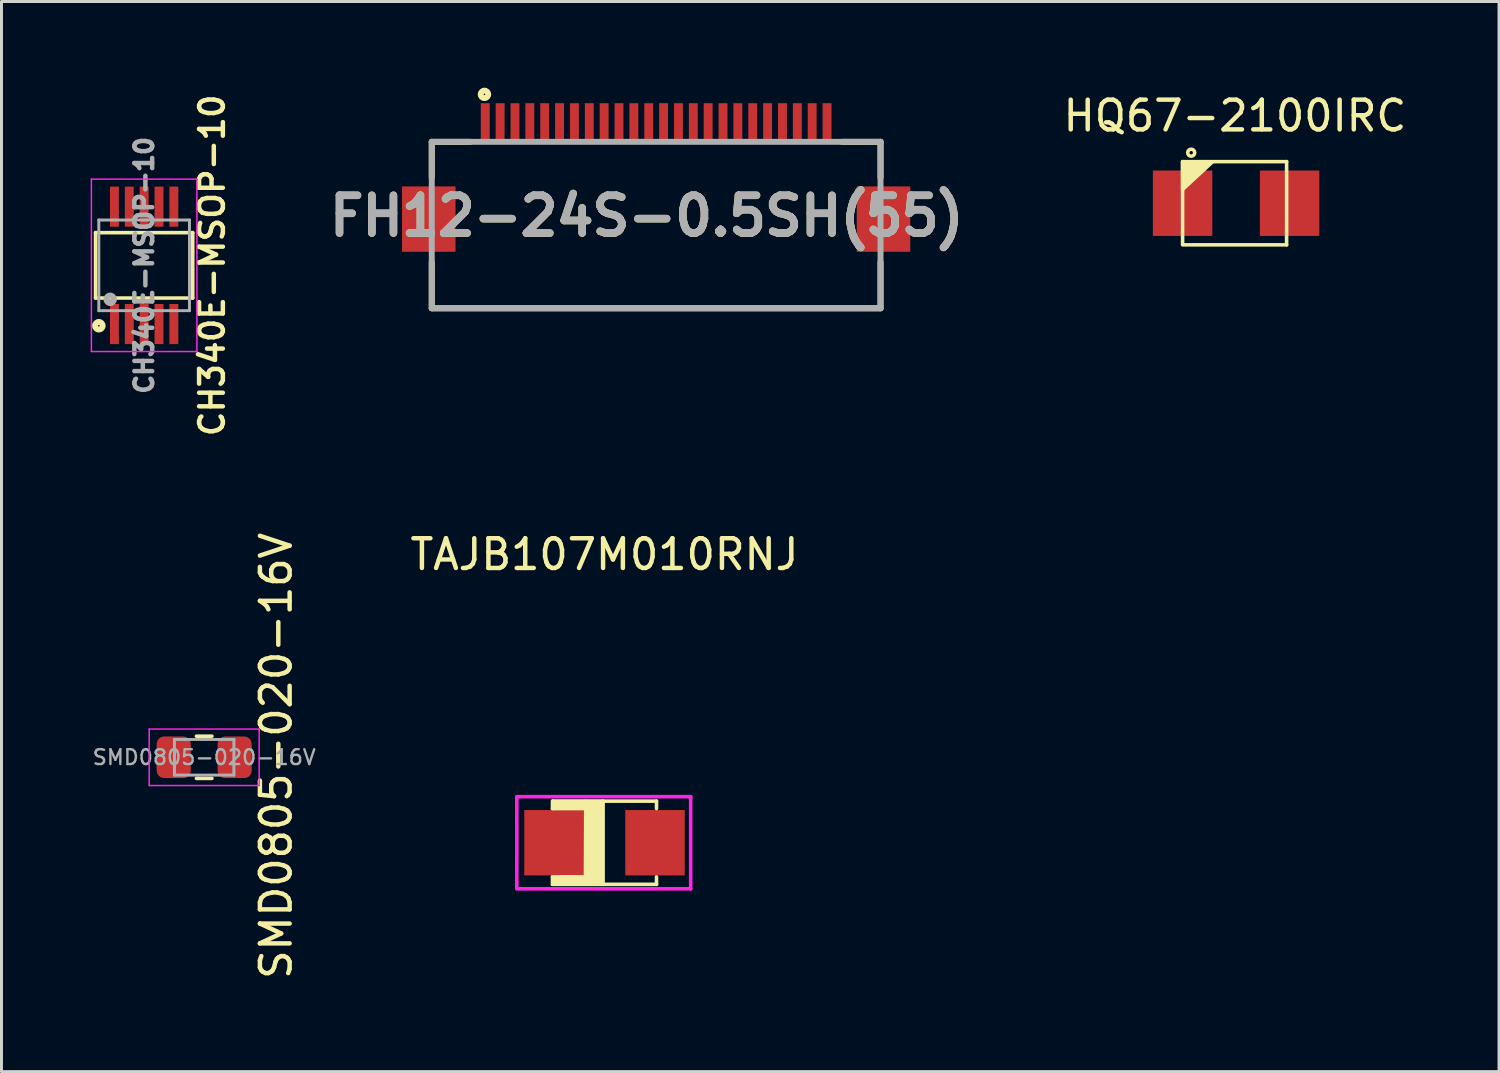
<source format=kicad_pcb>
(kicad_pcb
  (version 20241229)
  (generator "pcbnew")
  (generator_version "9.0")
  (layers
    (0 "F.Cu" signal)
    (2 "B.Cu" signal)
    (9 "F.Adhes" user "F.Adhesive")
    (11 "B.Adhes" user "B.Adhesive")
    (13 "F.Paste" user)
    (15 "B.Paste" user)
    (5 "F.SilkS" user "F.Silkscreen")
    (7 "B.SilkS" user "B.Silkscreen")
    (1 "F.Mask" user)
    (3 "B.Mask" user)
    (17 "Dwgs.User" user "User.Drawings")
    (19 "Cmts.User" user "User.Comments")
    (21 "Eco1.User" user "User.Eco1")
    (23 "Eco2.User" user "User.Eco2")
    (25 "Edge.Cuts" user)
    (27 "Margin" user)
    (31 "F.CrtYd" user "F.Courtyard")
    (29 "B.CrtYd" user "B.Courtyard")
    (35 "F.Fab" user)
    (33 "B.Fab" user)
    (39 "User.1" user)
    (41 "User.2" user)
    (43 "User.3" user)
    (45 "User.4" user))
  (footprint "FH12-24S-0.5SH(55)"
    (layer "F.Cu")
    (at 19.027 1.722)
    (property "Reference" "FH12-24S-0.5SH(55)" (at -0.312 2.495 0) (layer "F.SilkS") (effects (font (size 1.27 1.27) (thickness 0.254))))
    (attr smd)
    (fp_line (start -7.55 0) (end -7.55 1.2) (stroke (width 0.2) (type solid)) (layer "F.SilkS"))
    (fp_line (start -7.55 0) (end -6.252 0) (stroke (width 0.2) (type solid)) (layer "F.SilkS"))
    (fp_line (start -7.55 5.6) (end -7.55 4.051) (stroke (width 0.2) (type solid)) (layer "F.SilkS"))
    (fp_line (start -7.55 5.6) (end 7.55 5.6) (stroke (width 0.2) (type solid)) (layer "F.SilkS"))
    (fp_line (start 6.252 0) (end 7.55 0) (stroke (width 0.2) (type solid)) (layer "F.SilkS"))
    (fp_line (start 7.55 0) (end 7.55 1.2) (stroke (width 0.2) (type solid)) (layer "F.SilkS"))
    (fp_line (start 7.55 5.6) (end 7.55 4.051) (stroke (width 0.2) (type solid)) (layer "F.SilkS"))
    (fp_circle (center -5.777 -1.597) (end -5.777 -1.572) (stroke (width 0.2) (type solid)) (fill no) (layer "F.SilkS"))
    (fp_line (start -7.55 0) (end 7.55 0) (stroke (width 0.2) (type solid)) (layer "F.Fab"))
    (fp_line (start -7.55 5.6) (end -7.55 0) (stroke (width 0.2) (type solid)) (layer "F.Fab"))
    (fp_line (start 7.55 0) (end 7.55 5.6) (stroke (width 0.2) (type solid)) (layer "F.Fab"))
    (fp_line (start 7.55 5.6) (end -7.55 5.6) (stroke (width 0.2) (type solid)) (layer "F.Fab"))
    (fp_text user "${REFERENCE}" (at -0.312 2.495 0) (layer "F.Fab") (effects (font (size 1.27 1.27) (thickness 0.254))))
    (pad "1" smd rect (at -5.75 -0.65) (size 0.3 1.3) (layers "F.Cu" "F.Mask" "F.Paste"))
    (pad "2" smd rect (at -5.25 -0.65) (size 0.3 1.3) (layers "F.Cu" "F.Mask" "F.Paste"))
    (pad "3" smd rect (at -4.75 -0.65) (size 0.3 1.3) (layers "F.Cu" "F.Mask" "F.Paste"))
    (pad "4" smd rect (at -4.25 -0.65) (size 0.3 1.3) (layers "F.Cu" "F.Mask" "F.Paste"))
    (pad "5" smd rect (at -3.75 -0.65) (size 0.3 1.3) (layers "F.Cu" "F.Mask" "F.Paste"))
    (pad "6" smd rect (at -3.25 -0.65) (size 0.3 1.3) (layers "F.Cu" "F.Mask" "F.Paste"))
    (pad "7" smd rect (at -2.75 -0.65) (size 0.3 1.3) (layers "F.Cu" "F.Mask" "F.Paste"))
    (pad "8" smd rect (at -2.25 -0.65) (size 0.3 1.3) (layers "F.Cu" "F.Mask" "F.Paste"))
    (pad "9" smd rect (at -1.75 -0.65) (size 0.3 1.3) (layers "F.Cu" "F.Mask" "F.Paste"))
    (pad "10" smd rect (at -1.25 -0.65) (size 0.3 1.3) (layers "F.Cu" "F.Mask" "F.Paste"))
    (pad "11" smd rect (at -0.75 -0.65) (size 0.3 1.3) (layers "F.Cu" "F.Mask" "F.Paste"))
    (pad "12" smd rect (at -0.25 -0.65) (size 0.3 1.3) (layers "F.Cu" "F.Mask" "F.Paste"))
    (pad "13" smd rect (at 0.25 -0.65) (size 0.3 1.3) (layers "F.Cu" "F.Mask" "F.Paste"))
    (pad "14" smd rect (at 0.75 -0.65) (size 0.3 1.3) (layers "F.Cu" "F.Mask" "F.Paste"))
    (pad "15" smd rect (at 1.25 -0.65) (size 0.3 1.3) (layers "F.Cu" "F.Mask" "F.Paste"))
    (pad "16" smd rect (at 1.75 -0.65) (size 0.3 1.3) (layers "F.Cu" "F.Mask" "F.Paste"))
    (pad "17" smd rect (at 2.25 -0.65) (size 0.3 1.3) (layers "F.Cu" "F.Mask" "F.Paste"))
    (pad "18" smd rect (at 2.75 -0.65) (size 0.3 1.3) (layers "F.Cu" "F.Mask" "F.Paste"))
    (pad "19" smd rect (at 3.25 -0.65) (size 0.3 1.3) (layers "F.Cu" "F.Mask" "F.Paste"))
    (pad "20" smd rect (at 3.75 -0.65) (size 0.3 1.3) (layers "F.Cu" "F.Mask" "F.Paste"))
    (pad "21" smd rect (at 4.25 -0.65) (size 0.3 1.3) (layers "F.Cu" "F.Mask" "F.Paste"))
    (pad "22" smd rect (at 4.75 -0.65) (size 0.3 1.3) (layers "F.Cu" "F.Mask" "F.Paste"))
    (pad "23" smd rect (at 5.25 -0.65) (size 0.3 1.3) (layers "F.Cu" "F.Mask" "F.Paste"))
    (pad "24" smd rect (at 5.75 -0.65) (size 0.3 1.3) (layers "F.Cu" "F.Mask" "F.Paste"))
    (pad "25" smd rect (at -7.65 2.6) (size 1.8 2.2) (layers "F.Cu" "F.Mask" "F.Paste"))
    (pad "26" smd rect (at 7.65 2.6) (size 1.8 2.2) (layers "F.Cu" "F.Mask" "F.Paste")))
  (footprint "TAJB107M010RNJ"
    (layer "F.Cu")
    (at 17.289 25.305)
    (property "Reference" "TAJB107M010RNJ" (at 0 -9.7 0) (layer "F.SilkS") (effects (font (size 1 1) (thickness 0.15))))
    (attr through_hole)
    (fp_line (start -1.75 -1.4) (end -1.75 -1.15) (stroke (width 0.12) (type solid)) (layer "F.SilkS"))
    (fp_line (start -1.75 -1.15) (end -0.7 -1.15) (stroke (width 0.12) (type solid)) (layer "F.SilkS"))
    (fp_line (start -1.75 1.15) (end -1.75 1.4) (stroke (width 0.12) (type solid)) (layer "F.SilkS"))
    (fp_line (start -1.75 1.15) (end -0.65 1.15) (stroke (width 0.12) (type solid)) (layer "F.SilkS"))
    (fp_line (start -1.74 -1.4) (end 1.75 -1.4) (stroke (width 0.12) (type solid)) (layer "F.SilkS"))
    (fp_line (start -0.05 -1.4) (end -0.05 1.4) (stroke (width 0.12) (type solid)) (layer "F.SilkS"))
    (fp_line (start 1.75 -1.4) (end 1.75 -1.15) (stroke (width 0.12) (type solid)) (layer "F.SilkS"))
    (fp_line (start 1.75 1.15) (end 1.75 1.4) (stroke (width 0.12) (type solid)) (layer "F.SilkS"))
    (fp_line (start 1.75 1.4) (end -1.75 1.4) (stroke (width 0.12) (type solid)) (layer "F.SilkS"))
    (fp_poly (pts (xy -1.75 1.15) (xy -0.65 1.15) (xy -0.655 1.4) (xy -1.75 1.4)) (stroke (width 0.1) (type solid)) (fill yes) (layer "F.SilkS"))
    (fp_poly (pts (xy -0.645 -1.4) (xy -0.05 -1.4) (xy -0.05 1.4) (xy -0.655 1.4)) (stroke (width 0.1) (type solid)) (fill yes) (layer "F.SilkS"))
    (fp_poly (pts (xy -1.74 -1.4) (xy -0.645 -1.4) (xy -0.65 -1.15) (xy -1.75 -1.15) (xy -1.75 -1.4)) (stroke (width 0.1) (type solid)) (fill yes) (layer "F.SilkS"))
    (fp_line (start -2.95 -1.55) (end -2.95 1.5) (stroke (width 0.12) (type solid)) (layer "F.CrtYd"))
    (fp_line (start -2.95 1.55) (end 2.9 1.55) (stroke (width 0.12) (type solid)) (layer "F.CrtYd"))
    (fp_line (start 2.9 -1.55) (end -2.95 -1.55) (stroke (width 0.12) (type solid)) (layer "F.CrtYd"))
    (fp_line (start 2.9 1.55) (end 2.9 -1.55) (stroke (width 0.12) (type solid)) (layer "F.CrtYd"))
    (pad "1" smd rect (at 1.7 0 90) (size 2.2 2) (layers "F.Cu" "F.Mask" "F.Paste"))
    (pad "2" smd rect (at -1.7 0 90) (size 2.2 2) (layers "F.Cu" "F.Mask" "F.Paste")))
  (footprint "HQ67-2100IRC"
    (layer "F.Cu")
    (at 38.56 3.818)
    (property "Reference" "HQ67-2100IRC" (at -0.06 -2.97 0) (layer "F.SilkS") (effects (font (size 1 1) (thickness 0.15))))
    (attr through_hole)
    (fp_line (start -1.82 -1.43) (end -1.82 1.35) (stroke (width 0.12) (type solid)) (layer "F.SilkS"))
    (fp_line (start -1.82 -1.43) (end 1.68 -1.43) (stroke (width 0.12) (type solid)) (layer "F.SilkS"))
    (fp_line (start -1.82 1.37) (end 1.68 1.37) (stroke (width 0.12) (type solid)) (layer "F.SilkS"))
    (fp_line (start 1.68 -1.43) (end 1.68 1.37) (stroke (width 0.12) (type solid)) (layer "F.SilkS"))
    (fp_circle (center -1.53 -1.73) (end -1.56 -1.78) (stroke (width 0.12) (type solid)) (fill no) (layer "F.SilkS"))
    (fp_poly (pts (xy -0.79 -1.43) (xy -1.83 -0.47) (xy -1.83 -1.43)) (stroke (width 0.1) (type solid)) (fill yes) (layer "F.SilkS"))
    (pad "1" smd rect (at -1.82 -0.03) (size 2 2.2) (layers "F.Cu" "F.Mask" "F.Paste"))
    (pad "2" smd rect (at 1.78 -0.03) (size 2 2.2) (layers "F.Cu" "F.Mask" "F.Paste")))
  (footprint "CH340E-MSOP-10"
    (layer "F.Cu")
    (at 1.8 5.878)
    (property "Reference" "CH340E-MSOP-10" (at 2.286 0 90) (layer "F.SilkS") (effects (font (size 0.8 0.8) (thickness 0.15))))
    (attr smd)
    (fp_line (start -1.635 -1.1) (end 1.635 -1.1) (stroke (width 0.12) (type solid)) (layer "F.SilkS"))
    (fp_line (start -1.635 1.1) (end -1.635 -1.1) (stroke (width 0.12) (type solid)) (layer "F.SilkS"))
    (fp_line (start 1.635 -1.1) (end 1.635 1.1) (stroke (width 0.12) (type solid)) (layer "F.SilkS"))
    (fp_line (start 1.635 1.1) (end -1.635 1.1) (stroke (width 0.12) (type solid)) (layer "F.SilkS"))
    (fp_circle (center -1.524 2.032) (end -1.397 2.032) (stroke (width 0.2) (type solid)) (fill no) (layer "F.SilkS"))
    (fp_line (start -1.775 -2.9) (end 1.775 -2.9) (stroke (width 0.05) (type solid)) (layer "F.CrtYd"))
    (fp_line (start -1.775 2.9) (end -1.775 -2.9) (stroke (width 0.05) (type solid)) (layer "F.CrtYd"))
    (fp_line (start 1.775 -2.9) (end 1.775 2.9) (stroke (width 0.05) (type solid)) (layer "F.CrtYd"))
    (fp_line (start 1.775 2.9) (end -1.775 2.9) (stroke (width 0.05) (type solid)) (layer "F.CrtYd"))
    (fp_line (start -1.525 -1.525) (end -1.525 1.525) (stroke (width 0.1) (type solid)) (layer "F.Fab"))
    (fp_line (start -1.525 -1.525) (end 1.525 -1.525) (stroke (width 0.1) (type solid)) (layer "F.Fab"))
    (fp_line (start 1.525 1.525) (end -1.525 1.525) (stroke (width 0.1) (type solid)) (layer "F.Fab"))
    (fp_line (start 1.525 1.525) (end 1.525 -1.525) (stroke (width 0.1) (type solid)) (layer "F.Fab"))
    (fp_circle (center -1.143 1.143) (end -1.016 1.143) (stroke (width 0.2) (type solid)) (fill no) (layer "F.Fab"))
    (fp_text user "${REFERENCE}" (at 0 0 90) (layer "F.Fab") (effects (font (size 0.6 0.6) (thickness 0.15))))
    (pad "1" smd rect (at -1 1.975) (size 0.3 1.35) (layers "F.Cu" "F.Mask" "F.Paste"))
    (pad "2" smd rect (at -0.5 1.975) (size 0.3 1.35) (layers "F.Cu" "F.Mask" "F.Paste"))
    (pad "3" smd rect (at 0 1.975) (size 0.3 1.35) (layers "F.Cu" "F.Mask" "F.Paste"))
    (pad "4" smd rect (at 0.5 1.975) (size 0.3 1.35) (layers "F.Cu" "F.Mask" "F.Paste"))
    (pad "5" smd rect (at 1 1.975) (size 0.3 1.35) (layers "F.Cu" "F.Mask" "F.Paste"))
    (pad "6" smd rect (at 1 -1.975) (size 0.3 1.35) (layers "F.Cu" "F.Mask" "F.Paste"))
    (pad "7" smd rect (at 0.5 -1.975) (size 0.3 1.35) (layers "F.Cu" "F.Mask" "F.Paste"))
    (pad "8" smd rect (at 0 -1.975) (size 0.3 1.35) (layers "F.Cu" "F.Mask" "F.Paste"))
    (pad "9" smd rect (at -0.5 -1.975) (size 0.3 1.35) (layers "F.Cu" "F.Mask" "F.Paste"))
    (pad "10" smd rect (at -1 -1.975) (size 0.3 1.35) (layers "F.Cu" "F.Mask" "F.Paste")))
  (footprint "SMD0805-020-16V"
    (layer "F.Cu")
    (at 3.82 22.43)
    (property "Reference" "SMD0805-020-16V" (at 2.42 -0.049 270) (layer "F.SilkS") (effects (font (size 1 1) (thickness 0.15))))
    (attr smd)
    (fp_line (start -0.261 -0.71) (end 0.261 -0.71) (stroke (width 0.12) (type solid)) (layer "F.SilkS"))
    (fp_line (start -0.261 0.71) (end 0.261 0.71) (stroke (width 0.12) (type solid)) (layer "F.SilkS"))
    (fp_line (start -1.85 -0.95) (end 1.85 -0.95) (stroke (width 0.05) (type solid)) (layer "F.CrtYd"))
    (fp_line (start -1.85 0.95) (end -1.85 -0.95) (stroke (width 0.05) (type solid)) (layer "F.CrtYd"))
    (fp_line (start 1.85 -0.95) (end 1.85 0.95) (stroke (width 0.05) (type solid)) (layer "F.CrtYd"))
    (fp_line (start 1.85 0.95) (end -1.85 0.95) (stroke (width 0.05) (type solid)) (layer "F.CrtYd"))
    (fp_line (start -1 -0.6) (end 1 -0.6) (stroke (width 0.1) (type solid)) (layer "F.Fab"))
    (fp_line (start -1 0.6) (end -1 -0.6) (stroke (width 0.1) (type solid)) (layer "F.Fab"))
    (fp_line (start 1 -0.6) (end 1 0.6) (stroke (width 0.1) (type solid)) (layer "F.Fab"))
    (fp_line (start 1 0.6) (end -1 0.6) (stroke (width 0.1) (type solid)) (layer "F.Fab"))
    (fp_text user "${REFERENCE}" (at 0 0 180) (layer "F.Fab") (effects (font (size 0.5 0.5) (thickness 0.08))))
    (pad "1" smd roundrect (at -1.025 0) (size 1.15 1.4) (layers "F.Cu" "F.Mask" "F.Paste") (roundrect_rratio 0.217))
    (pad "2" smd roundrect (at 1.025 0) (size 1.15 1.4) (layers "F.Cu" "F.Mask" "F.Paste") (roundrect_rratio 0.217)))
  (gr_rect
    (start -3 -3)
    (end 47.387 33.007)
    (stroke (width 0.1) (type default))
    (fill no)
    (layer "Edge.Cuts")))
</source>
